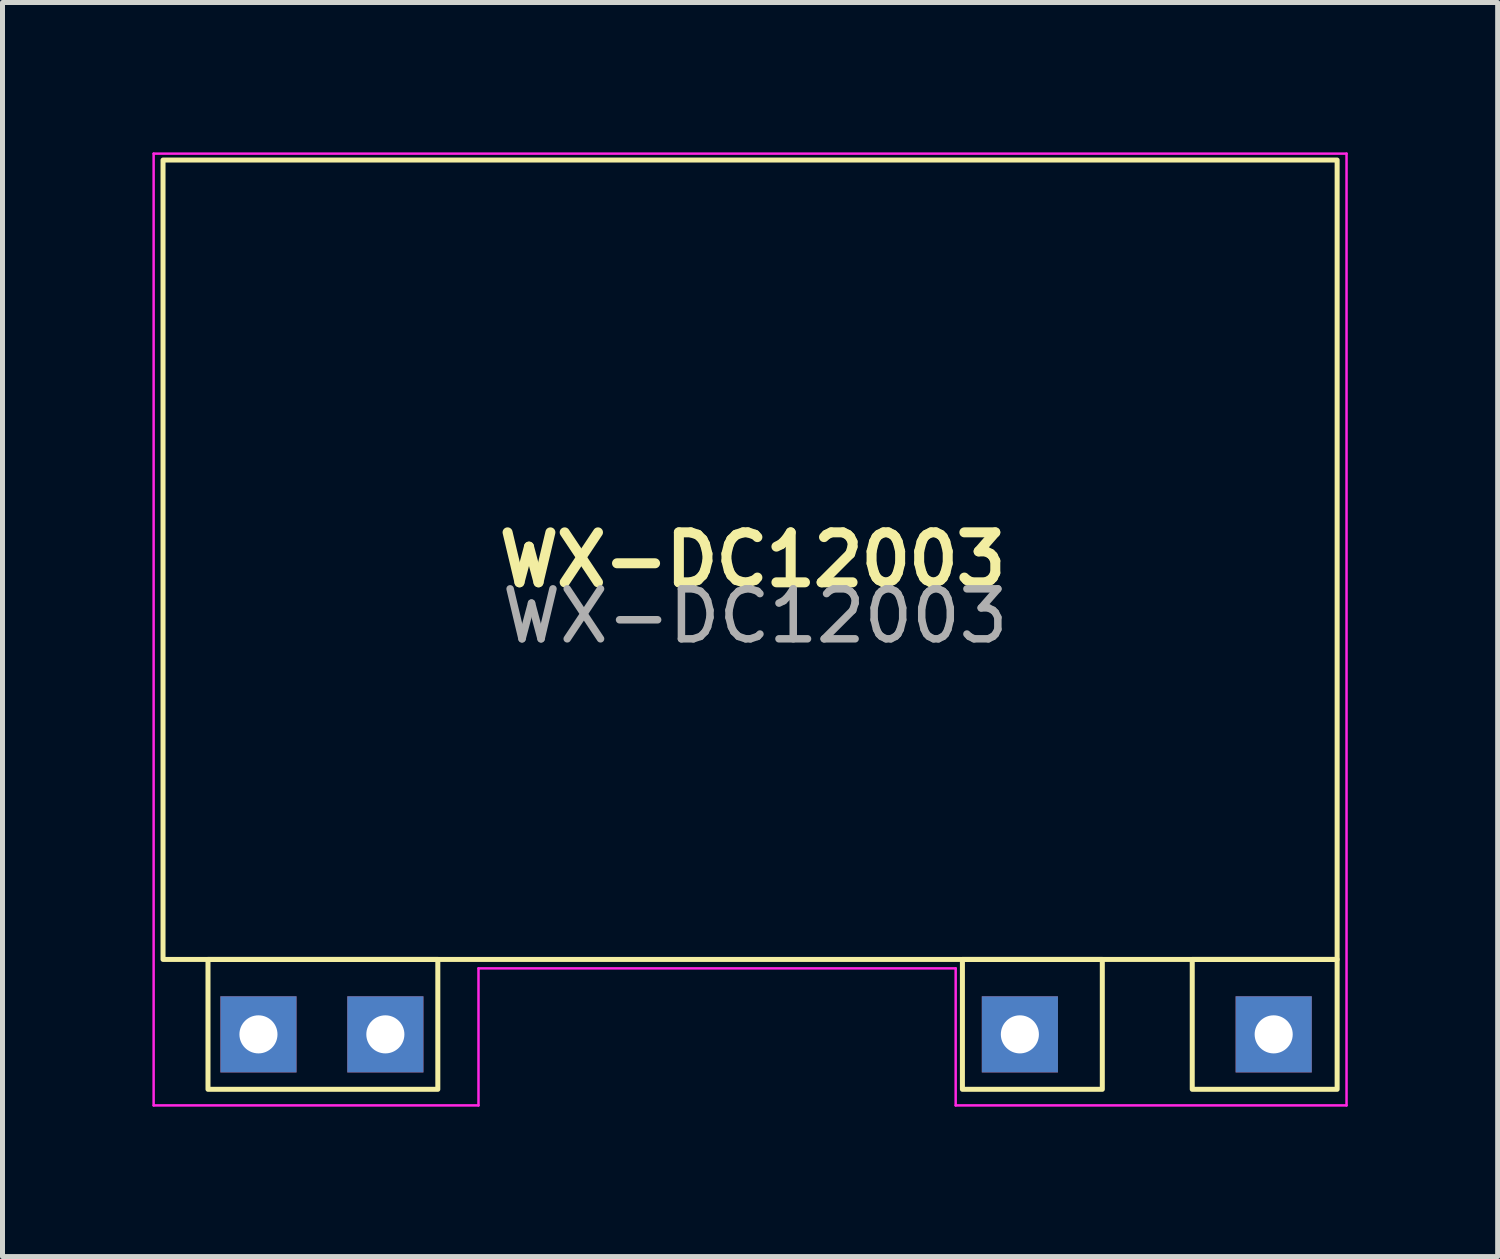
<source format=kicad_pcb>
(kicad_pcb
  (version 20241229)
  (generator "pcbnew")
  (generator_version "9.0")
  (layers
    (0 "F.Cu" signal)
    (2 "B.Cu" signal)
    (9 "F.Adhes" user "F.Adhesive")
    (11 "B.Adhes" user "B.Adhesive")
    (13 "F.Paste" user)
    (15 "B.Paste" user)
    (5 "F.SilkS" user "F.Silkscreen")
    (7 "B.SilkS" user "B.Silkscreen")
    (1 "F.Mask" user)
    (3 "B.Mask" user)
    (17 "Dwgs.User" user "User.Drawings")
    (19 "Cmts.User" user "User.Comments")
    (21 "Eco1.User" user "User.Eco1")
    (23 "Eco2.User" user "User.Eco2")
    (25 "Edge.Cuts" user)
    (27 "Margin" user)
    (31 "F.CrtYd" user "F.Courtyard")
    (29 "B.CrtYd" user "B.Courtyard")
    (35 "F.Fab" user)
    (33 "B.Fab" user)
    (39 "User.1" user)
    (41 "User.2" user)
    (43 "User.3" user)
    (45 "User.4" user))
  (footprint "WX-DC12003"
    (layer "F.Cu")
    (at 11.963 8.153)
    (property "Reference" "WX-DC12003" (at 0.051 0 0) (unlocked yes) (layer "F.SilkS") (effects (font (size 1 1) (thickness 0.2) (bold yes))))
    (attr through_hole)
    (fp_rect (start -11.75 -8) (end 11.75 8) (stroke (width 0.1) (type default)) (fill no) (layer "F.SilkS"))
    (fp_rect (start -10.85 8) (end -6.25 10.6) (stroke (width 0.1) (type default)) (fill no) (layer "F.SilkS"))
    (fp_rect (start 4.25 8) (end 7.05 10.6) (stroke (width 0.1) (type default)) (fill no) (layer "F.SilkS"))
    (fp_rect (start 8.85 8) (end 11.75 10.6) (stroke (width 0.1) (type default)) (fill no) (layer "F.SilkS"))
    (fp_line (start -11.938 -8.128) (end -11.938 10.922) (stroke (width 0.05) (type default)) (layer "F.CrtYd"))
    (fp_line (start -11.938 10.922) (end -5.436 10.922) (stroke (width 0.05) (type default)) (layer "F.CrtYd"))
    (fp_line (start -5.436 8.179) (end 4.115 8.179) (stroke (width 0.05) (type default)) (layer "F.CrtYd"))
    (fp_line (start -5.436 10.922) (end -5.436 8.179) (stroke (width 0.05) (type default)) (layer "F.CrtYd"))
    (fp_line (start 4.115 8.179) (end 4.115 10.922) (stroke (width 0.05) (type default)) (layer "F.CrtYd"))
    (fp_line (start 4.115 10.922) (end 11.938 10.922) (stroke (width 0.05) (type default)) (layer "F.CrtYd"))
    (fp_line (start 11.938 -8.128) (end -11.938 -8.128) (stroke (width 0.05) (type default)) (layer "F.CrtYd"))
    (fp_line (start 11.938 10.922) (end 11.938 -8.128) (stroke (width 0.05) (type default)) (layer "F.CrtYd"))
    (fp_text user "${REFERENCE}" (at 0.102 1.128 0) (unlocked yes) (layer "F.Fab") (effects (font (size 1 1) (thickness 0.15))))
    (pad "1" thru_hole rect (at 10.48 9.5) (size 1.524 1.524) (drill 0.762) (layers "*.Cu" "*.Mask"))
    (pad "2" thru_hole rect (at 5.4 9.5) (size 1.524 1.524) (drill 0.762) (layers "*.Cu" "*.Mask"))
    (pad "3" thru_hole rect (at -7.3 9.5) (size 1.524 1.524) (drill 0.762) (layers "*.Cu" "*.Mask"))
    (pad "4" thru_hole rect (at -9.84 9.5) (size 1.524 1.524) (drill 0.762) (layers "*.Cu" "*.Mask")))
  (gr_rect
    (start -3 -3)
    (end 26.926 22.1)
    (stroke (width 0.1) (type default))
    (fill no)
    (layer "Edge.Cuts")))
</source>
